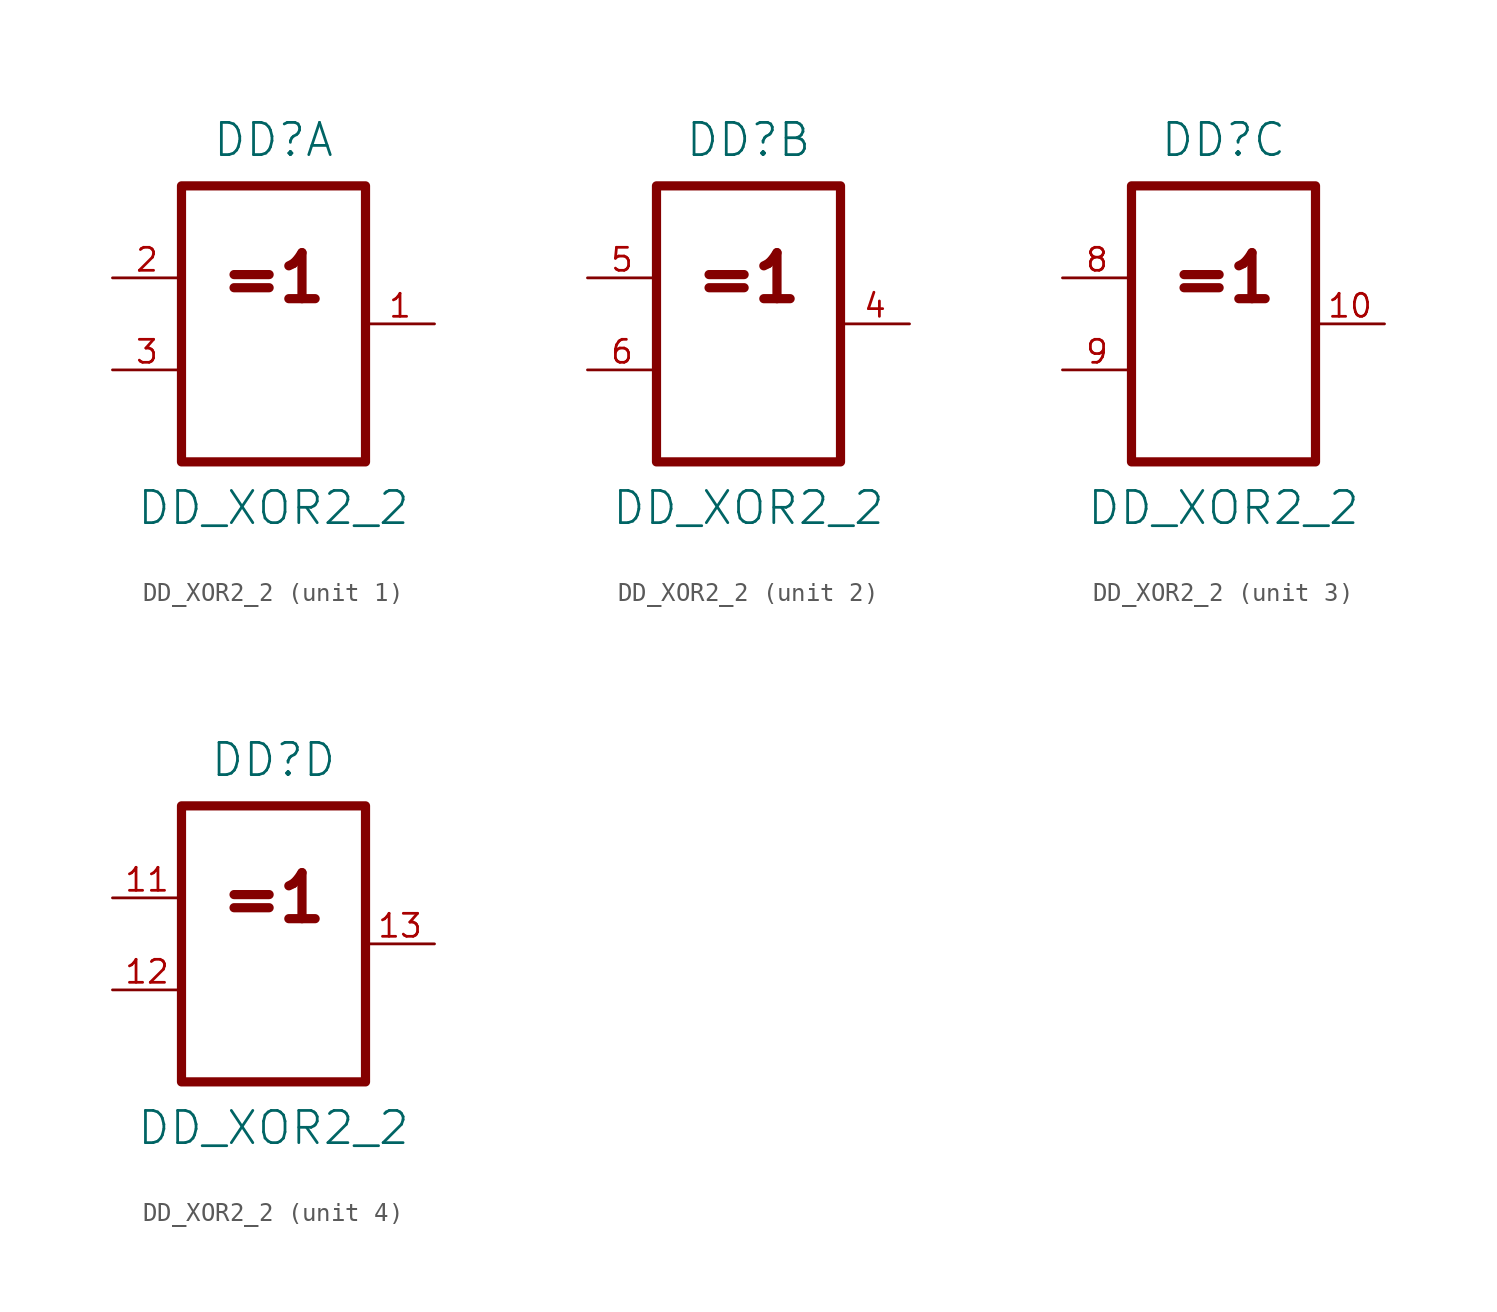
<source format=kicad_sym>
(kicad_symbol_lib
  (version 20211014)
  (generator kicad_symbol_editor)
  (symbol "DD_XOR2_2"
    (pin_names
      (offset 1.27))
    (property "Reference" "DD"
      (at 0 10.16 0)
      (effects (font (size 1.778 1.778))))
    (property "Value" "DD_XOR2_2"
      (at 0 -10.16 0)
      (effects (font (size 1.778 1.778))))
    (symbol "DD_XOR2_2_0_0"
      (text "=1" (at 0 2.54 0) (effects (font (size 2.54 2.54) bold))))
    (symbol "DD_XOR2_2_0_1"
      (rectangle (start -5.08 7.62) (end 5.08 -7.62) (stroke (width 0.508) (type default) (color 0 0 0 0)) (fill (type none)))
      (pin power_in non_logic (at 8.89 5.08 180) (length 3.81) hide (name "VCC" (effects (font (size 1.27 1.27)))) (number "14" (effects (font (size 1.27 1.27)))))
      (pin power_in non_logic (at 8.89 -5.08 180) (length 3.81) hide (name "GND" (effects (font (size 1.27 1.27)))) (number "7" (effects (font (size 1.27 1.27))))))
    (symbol "DD_XOR2_2_1_1"
      (pin output line (at 8.89 0 180) (length 3.81) (name "~" (effects (font (size 1.778 1.778)))) (number "1" (effects (font (size 1.27 1.27)))))
      (pin input line (at -8.89 2.54 0) (length 3.81) (name "~" (effects (font (size 1.778 1.778)))) (number "2" (effects (font (size 1.27 1.27)))))
      (pin input line (at -8.89 -2.54 0) (length 3.81) (name "~" (effects (font (size 1.778 1.778)))) (number "3" (effects (font (size 1.27 1.27))))))
    (symbol "DD_XOR2_2_2_1"
      (pin output line (at 8.89 0 180) (length 3.81) (name "~" (effects (font (size 1.778 1.778)))) (number "4" (effects (font (size 1.27 1.27)))))
      (pin input line (at -8.89 2.54 0) (length 3.81) (name "~" (effects (font (size 1.778 1.778)))) (number "5" (effects (font (size 1.27 1.27)))))
      (pin input line (at -8.89 -2.54 0) (length 3.81) (name "~" (effects (font (size 1.778 1.778)))) (number "6" (effects (font (size 1.27 1.27))))))
    (symbol "DD_XOR2_2_3_1"
      (pin output line (at 8.89 0 180) (length 3.81) (name "~" (effects (font (size 1.778 1.778)))) (number "10" (effects (font (size 1.27 1.27)))))
      (pin input line (at -8.89 2.54 0) (length 3.81) (name "~" (effects (font (size 1.778 1.778)))) (number "8" (effects (font (size 1.27 1.27)))))
      (pin input line (at -8.89 -2.54 0) (length 3.81) (name "~" (effects (font (size 1.778 1.778)))) (number "9" (effects (font (size 1.27 1.27))))))
    (symbol "DD_XOR2_2_4_1"
      (pin input line (at -8.89 2.54 0) (length 3.81) (name "~" (effects (font (size 1.778 1.778)))) (number "11" (effects (font (size 1.27 1.27)))))
      (pin input line (at -8.89 -2.54 0) (length 3.81) (name "~" (effects (font (size 1.778 1.778)))) (number "12" (effects (font (size 1.27 1.27)))))
      (pin output line (at 8.89 0 180) (length 3.81) (name "~" (effects (font (size 1.778 1.778)))) (number "13" (effects (font (size 1.27 1.27))))))))
</source>
